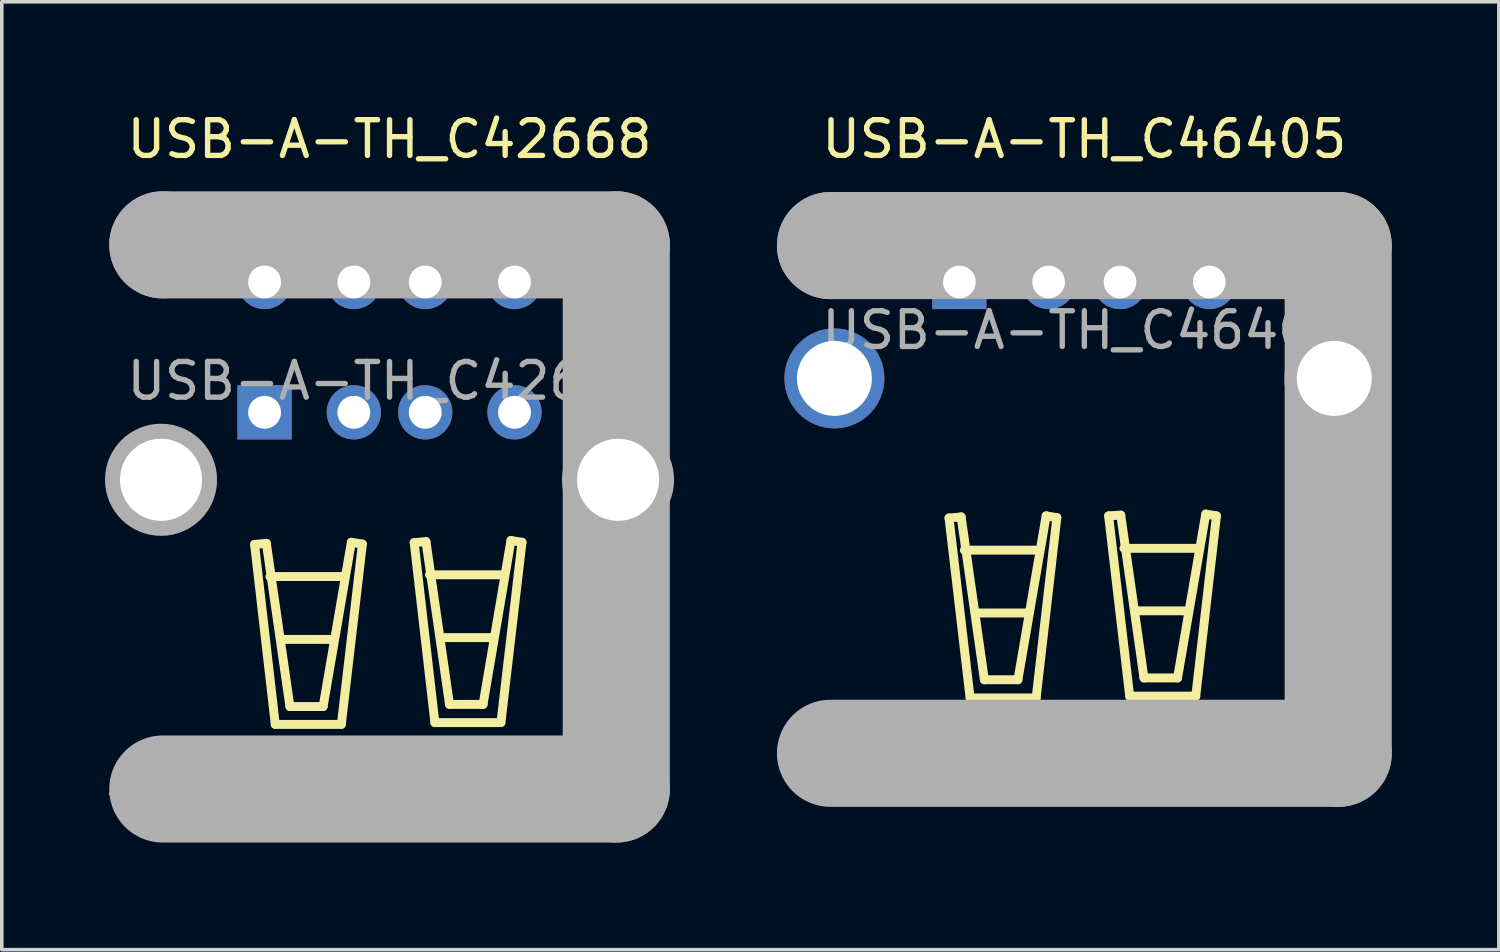
<source format=kicad_pcb>
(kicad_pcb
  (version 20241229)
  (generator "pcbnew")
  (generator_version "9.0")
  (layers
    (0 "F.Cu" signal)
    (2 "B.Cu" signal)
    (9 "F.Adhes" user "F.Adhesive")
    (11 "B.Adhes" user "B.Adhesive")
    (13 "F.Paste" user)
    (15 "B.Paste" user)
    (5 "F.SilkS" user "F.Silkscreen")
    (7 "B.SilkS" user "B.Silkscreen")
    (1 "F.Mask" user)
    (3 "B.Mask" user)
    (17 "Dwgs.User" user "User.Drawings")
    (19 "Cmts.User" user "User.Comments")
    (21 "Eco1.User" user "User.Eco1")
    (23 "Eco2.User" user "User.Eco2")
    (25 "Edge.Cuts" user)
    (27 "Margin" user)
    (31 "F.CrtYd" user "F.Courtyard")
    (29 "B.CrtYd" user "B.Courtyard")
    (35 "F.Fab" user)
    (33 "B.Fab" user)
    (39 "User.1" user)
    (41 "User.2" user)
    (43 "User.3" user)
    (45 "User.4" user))
  (footprint "USB-A-TH_C46405"
    (layer "F.Cu")
    (at 27.32 6.198)
    (property "Reference" "USB-A-TH_C46405" (at 0 -5.35 0) (layer "F.SilkS") (effects (font (size 1 1) (thickness 0.15))))
    (attr through_hole)
    (fp_line (start -3.79 5.26) (end -3.2 10.3) (stroke (width 0.25) (type solid)) (layer "F.SilkS"))
    (fp_line (start -3.45 5.23) (end -3.79 5.26) (stroke (width 0.25) (type solid)) (layer "F.SilkS"))
    (fp_line (start -3.36 6.16) (end -1.27 6.16) (stroke (width 0.25) (type solid)) (layer "F.SilkS"))
    (fp_line (start -3.2 10.3) (end -1.35 10.3) (stroke (width 0.25) (type solid)) (layer "F.SilkS"))
    (fp_line (start -3.03 7.92) (end -1.58 7.92) (stroke (width 0.25) (type solid)) (layer "F.SilkS"))
    (fp_line (start -2.8 9.79) (end -3.45 5.23) (stroke (width 0.25) (type solid)) (layer "F.SilkS"))
    (fp_line (start -1.86 9.79) (end -2.8 9.79) (stroke (width 0.25) (type solid)) (layer "F.SilkS"))
    (fp_line (start -1.35 10.3) (end -0.77 5.25) (stroke (width 0.25) (type solid)) (layer "F.SilkS"))
    (fp_line (start -1.07 5.2) (end -1.86 9.79) (stroke (width 0.25) (type solid)) (layer "F.SilkS"))
    (fp_line (start -0.77 5.25) (end -1.07 5.2) (stroke (width 0.25) (type solid)) (layer "F.SilkS"))
    (fp_line (start 0.68 5.2) (end 1.02 5.18) (stroke (width 0.25) (type solid)) (layer "F.SilkS"))
    (fp_line (start 1.02 5.18) (end 1.67 9.74) (stroke (width 0.25) (type solid)) (layer "F.SilkS"))
    (fp_line (start 1.11 6.11) (end 3.2 6.11) (stroke (width 0.25) (type solid)) (layer "F.SilkS"))
    (fp_line (start 1.27 10.25) (end 0.68 5.2) (stroke (width 0.25) (type solid)) (layer "F.SilkS"))
    (fp_line (start 1.44 7.86) (end 2.89 7.86) (stroke (width 0.25) (type solid)) (layer "F.SilkS"))
    (fp_line (start 1.67 9.74) (end 2.61 9.74) (stroke (width 0.25) (type solid)) (layer "F.SilkS"))
    (fp_line (start 2.61 9.74) (end 3.4 5.15) (stroke (width 0.25) (type solid)) (layer "F.SilkS"))
    (fp_line (start 3.12 10.25) (end 1.27 10.25) (stroke (width 0.25) (type solid)) (layer "F.SilkS"))
    (fp_line (start 3.4 5.15) (end 3.7 5.2) (stroke (width 0.25) (type solid)) (layer "F.SilkS"))
    (fp_line (start 3.7 5.2) (end 3.12 10.25) (stroke (width 0.25) (type solid)) (layer "F.SilkS"))
    (fp_line (start -7.11 -2.37) (end -7.11 -2.37) (stroke (width 3) (type solid)) (layer "F.Fab"))
    (fp_line (start -7.11 -2.37) (end 7.11 -2.37) (stroke (width 3) (type solid)) (layer "F.Fab"))
    (fp_line (start 7.11 -2.37) (end 7.11 11.85) (stroke (width 3) (type solid)) (layer "F.Fab"))
    (fp_line (start 7.11 11.85) (end -7.11 11.85) (stroke (width 3) (type solid)) (layer "F.Fab"))
    (fp_circle (center -8.4 -2.5) (end -8.37 -2.5) (stroke (width 0.06) (type solid)) (fill no) (layer "F.Fab"))
    (fp_circle (center -7 1.35) (end -6.52 1.35) (stroke (width 0.95) (type solid)) (fill no) (layer "F.Fab"))
    (fp_circle (center -3.5 -1.35) (end -3.32 -1.35) (stroke (width 0.36) (type solid)) (fill no) (layer "F.Fab"))
    (fp_circle (center -1 -1.35) (end -0.82 -1.35) (stroke (width 0.36) (type solid)) (fill no) (layer "F.Fab"))
    (fp_circle (center 1 -1.35) (end 1.18 -1.35) (stroke (width 0.36) (type solid)) (fill no) (layer "F.Fab"))
    (fp_circle (center 3.5 -1.35) (end 3.68 -1.35) (stroke (width 0.36) (type solid)) (fill no) (layer "F.Fab"))
    (fp_circle (center 7 1.35) (end 7.48 1.35) (stroke (width 0.95) (type solid)) (fill no) (layer "F.Fab"))
    (fp_text user "${REFERENCE}" (at 0 0 0) (layer "F.Fab") (effects (font (size 1 1) (thickness 0.15))))
    (pad "1" thru_hole rect (at -3.5 -1.35) (size 1.52 1.52) (drill 0.914) (layers "*.Cu" "*.Paste" "*.Mask"))
    (pad "2" thru_hole circle (at -1 -1.35) (size 1.52 1.52) (drill 0.914) (layers "*.Cu" "*.Paste" "*.Mask"))
    (pad "3" thru_hole circle (at 1 -1.35) (size 1.52 1.52) (drill 0.914) (layers "*.Cu" "*.Paste" "*.Mask"))
    (pad "4" thru_hole circle (at 3.5 -1.35) (size 1.52 1.52) (drill 0.914) (layers "*.Cu" "*.Paste" "*.Mask"))
    (pad "5" thru_hole circle (at 7 1.35) (size 2.8 2.8) (drill 2.1) (layers "*.Cu" "*.Paste" "*.Mask"))
    (pad "6" thru_hole circle (at -7 1.35) (size 2.8 2.8) (drill 2.1) (layers "*.Cu" "*.Paste" "*.Mask")))
  (footprint "USB-A-TH_C42668"
    (layer "F.Cu")
    (at 7.86 7.618)
    (property "Reference" "USB-A-TH_C42668" (at 0 -6.77 0) (layer "F.SilkS") (effects (font (size 1 1) (thickness 0.15))))
    (attr through_hole)
    (fp_line (start -3.78 4.58) (end -3.2 9.62) (stroke (width 0.25) (type solid)) (layer "F.SilkS"))
    (fp_line (start -3.45 4.55) (end -3.78 4.58) (stroke (width 0.25) (type solid)) (layer "F.SilkS"))
    (fp_line (start -3.35 5.48) (end -1.27 5.48) (stroke (width 0.25) (type solid)) (layer "F.SilkS"))
    (fp_line (start -3.2 9.62) (end -1.35 9.62) (stroke (width 0.25) (type solid)) (layer "F.SilkS"))
    (fp_line (start -3.02 7.24) (end -1.58 7.24) (stroke (width 0.25) (type solid)) (layer "F.SilkS"))
    (fp_line (start -2.79 9.12) (end -3.45 4.55) (stroke (width 0.25) (type solid)) (layer "F.SilkS"))
    (fp_line (start -1.86 9.12) (end -2.79 9.12) (stroke (width 0.25) (type solid)) (layer "F.SilkS"))
    (fp_line (start -1.35 9.62) (end -0.76 4.57) (stroke (width 0.25) (type solid)) (layer "F.SilkS"))
    (fp_line (start -1.07 4.52) (end -1.86 9.12) (stroke (width 0.25) (type solid)) (layer "F.SilkS"))
    (fp_line (start -0.76 4.57) (end -1.07 4.52) (stroke (width 0.25) (type solid)) (layer "F.SilkS"))
    (fp_line (start 0.69 4.53) (end 1.02 4.5) (stroke (width 0.25) (type solid)) (layer "F.SilkS"))
    (fp_line (start 1.02 4.5) (end 1.68 9.06) (stroke (width 0.25) (type solid)) (layer "F.SilkS"))
    (fp_line (start 1.12 5.43) (end 3.2 5.43) (stroke (width 0.25) (type solid)) (layer "F.SilkS"))
    (fp_line (start 1.27 9.57) (end 0.69 4.53) (stroke (width 0.25) (type solid)) (layer "F.SilkS"))
    (fp_line (start 1.45 7.19) (end 2.89 7.19) (stroke (width 0.25) (type solid)) (layer "F.SilkS"))
    (fp_line (start 1.68 9.06) (end 2.62 9.06) (stroke (width 0.25) (type solid)) (layer "F.SilkS"))
    (fp_line (start 2.62 9.06) (end 3.4 4.47) (stroke (width 0.25) (type solid)) (layer "F.SilkS"))
    (fp_line (start 3.12 9.57) (end 1.27 9.57) (stroke (width 0.25) (type solid)) (layer "F.SilkS"))
    (fp_line (start 3.4 4.47) (end 3.71 4.52) (stroke (width 0.25) (type solid)) (layer "F.SilkS"))
    (fp_line (start 3.71 4.52) (end 3.12 9.57) (stroke (width 0.25) (type solid)) (layer "F.SilkS"))
    (fp_line (start -6.35 -3.81) (end -6.35 -3.81) (stroke (width 3) (type solid)) (layer "F.Fab"))
    (fp_line (start -6.35 -3.81) (end 6.35 -3.81) (stroke (width 3) (type solid)) (layer "F.Fab"))
    (fp_line (start 6.35 -3.81) (end 6.35 11.43) (stroke (width 3) (type solid)) (layer "F.Fab"))
    (fp_line (start 6.35 11.43) (end -6.35 11.43) (stroke (width 3) (type solid)) (layer "F.Fab"))
    (fp_circle (center -7.8 11.56) (end -7.77 11.56) (stroke (width 0.06) (type solid)) (fill no) (layer "F.Fab"))
    (fp_circle (center -6.4 2.77) (end -5.88 2.77) (stroke (width 1.05) (type solid)) (fill no) (layer "F.Fab"))
    (fp_circle (center -3.5 -2.77) (end -3.32 -2.77) (stroke (width 0.36) (type solid)) (fill no) (layer "F.Fab"))
    (fp_circle (center -3.5 0.88) (end -3.32 0.88) (stroke (width 0.36) (type solid)) (fill no) (layer "F.Fab"))
    (fp_circle (center -1 -2.77) (end -0.82 -2.77) (stroke (width 0.36) (type solid)) (fill no) (layer "F.Fab"))
    (fp_circle (center -1 0.88) (end -0.82 0.88) (stroke (width 0.36) (type solid)) (fill no) (layer "F.Fab"))
    (fp_circle (center 1 -2.77) (end 1.18 -2.77) (stroke (width 0.36) (type solid)) (fill no) (layer "F.Fab"))
    (fp_circle (center 1 0.88) (end 1.18 0.88) (stroke (width 0.36) (type solid)) (fill no) (layer "F.Fab"))
    (fp_circle (center 3.5 -2.77) (end 3.68 -2.77) (stroke (width 0.36) (type solid)) (fill no) (layer "F.Fab"))
    (fp_circle (center 3.5 0.88) (end 3.68 0.88) (stroke (width 0.36) (type solid)) (fill no) (layer "F.Fab"))
    (fp_circle (center 6.4 2.77) (end 6.92 2.77) (stroke (width 1.05) (type solid)) (fill no) (layer "F.Fab"))
    (fp_text user "${REFERENCE}" (at 0 0 0) (layer "F.Fab") (effects (font (size 1 1) (thickness 0.15))))
    (pad "1" thru_hole rect (at -3.5 0.88) (size 1.52 1.52) (drill 0.92) (layers "*.Cu" "*.Paste" "*.Mask"))
    (pad "2" thru_hole circle (at -1 0.88) (size 1.52 1.52) (drill 0.92) (layers "*.Cu" "*.Paste" "*.Mask"))
    (pad "3" thru_hole circle (at 1 0.88) (size 1.52 1.52) (drill 0.92) (layers "*.Cu" "*.Paste" "*.Mask"))
    (pad "4" thru_hole circle (at 3.5 0.88) (size 1.52 1.52) (drill 0.92) (layers "*.Cu" "*.Paste" "*.Mask"))
    (pad "5" thru_hole circle (at -3.5 -2.77) (size 1.52 1.52) (drill 0.92) (layers "*.Cu" "*.Paste" "*.Mask"))
    (pad "6" thru_hole circle (at -1 -2.77) (size 1.52 1.52) (drill 0.92) (layers "*.Cu" "*.Paste" "*.Mask"))
    (pad "7" thru_hole circle (at 1 -2.77) (size 1.52 1.52) (drill 0.92) (layers "*.Cu" "*.Paste" "*.Mask"))
    (pad "8" thru_hole circle (at 3.5 -2.77) (size 1.52 1.52) (drill 0.92) (layers "*.Cu" "*.Paste" "*.Mask"))
    (pad "9" thru_hole circle (at 6.4 2.77) (size 2.8 2.8) (drill 2.3) (layers "*.Cu" "*.Paste" "*.Mask"))
    (pad "10" thru_hole circle (at -6.4 2.77) (size 2.8 2.8) (drill 2.3) (layers "*.Cu" "*.Paste" "*.Mask")))
  (gr_rect
    (start -3 -3)
    (end 38.93 23.548)
    (stroke (width 0.1) (type default))
    (fill no)
    (layer "Edge.Cuts")))
</source>
